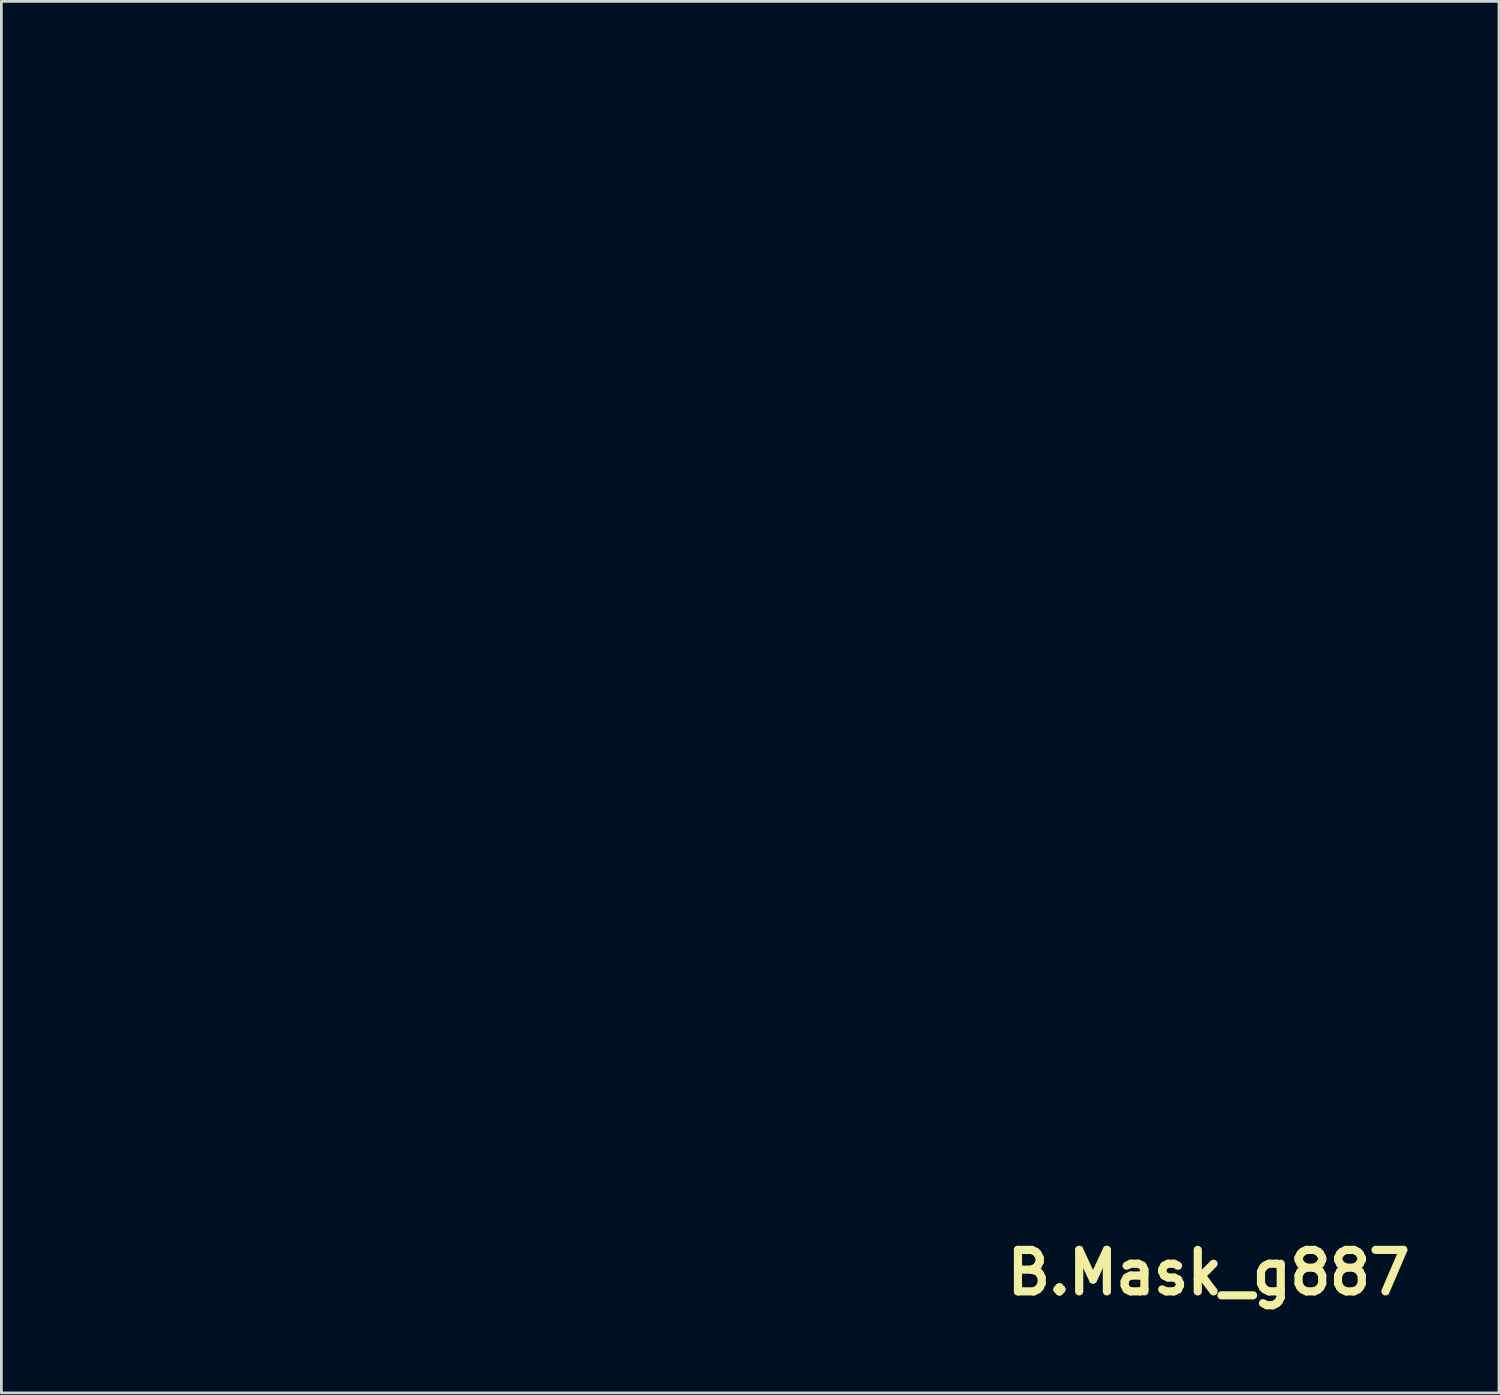
<source format=kicad_pcb>
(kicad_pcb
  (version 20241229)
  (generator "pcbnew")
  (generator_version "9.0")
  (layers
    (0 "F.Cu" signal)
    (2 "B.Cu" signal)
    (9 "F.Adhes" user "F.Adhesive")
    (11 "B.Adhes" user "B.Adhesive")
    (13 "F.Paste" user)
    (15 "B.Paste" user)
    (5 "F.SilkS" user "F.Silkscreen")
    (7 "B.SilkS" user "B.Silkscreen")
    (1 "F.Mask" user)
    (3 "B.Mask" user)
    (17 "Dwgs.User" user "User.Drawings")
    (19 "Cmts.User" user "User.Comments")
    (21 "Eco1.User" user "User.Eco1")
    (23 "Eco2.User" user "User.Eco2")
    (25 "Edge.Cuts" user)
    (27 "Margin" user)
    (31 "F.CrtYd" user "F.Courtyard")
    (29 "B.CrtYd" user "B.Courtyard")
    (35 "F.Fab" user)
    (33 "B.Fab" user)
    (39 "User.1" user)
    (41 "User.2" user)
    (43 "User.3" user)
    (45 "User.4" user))
  (footprint "B.Mask_g887"
    (layer "F.Cu")
    (at 41.341 43.691)
    (property "Reference" "B.Mask_g887" (at 0 0 0) (layer "F.SilkS") (effects (font (size 1.524 1.524) (thickness 0.3))))
    (attr through_hole)
    (fp_poly (pts (xy -35.601 -43.633) (xy -35.033 -43.513) (xy -34.481 -43.327) (xy -33.952 -43.076) (xy -33.453 -42.762) (xy -32.989 -42.385) (xy -32.567 -41.946) (xy -32.193 -41.446) (xy -31.899 -40.936) (xy -31.649 -40.35) (xy -31.479 -39.752) (xy -31.387 -39.147) (xy -31.369 -38.543) (xy -31.425 -37.946) (xy -31.551 -37.362) (xy -31.745 -36.798) (xy -32.005 -36.26) (xy -32.327 -35.755) (xy -32.711 -35.29) (xy -33.153 -34.87) (xy -33.65 -34.502) (xy -34.202 -34.193) (xy -34.459 -34.078) (xy -34.939 -33.913) (xy -35.462 -33.795) (xy -36.003 -33.725) (xy -36.537 -33.708) (xy -37.039 -33.745) (xy -37.126 -33.759) (xy -37.76 -33.904) (xy -38.359 -34.124) (xy -38.918 -34.414) (xy -39.433 -34.769) (xy -39.899 -35.183) (xy -40.31 -35.653) (xy -40.662 -36.173) (xy -40.95 -36.739) (xy -41.168 -37.344) (xy -41.279 -37.804) (xy -41.311 -38.039) (xy -41.33 -38.332) (xy -41.336 -38.657) (xy -41.329 -38.988) (xy -41.31 -39.3) (xy -41.279 -39.567) (xy -41.261 -39.666) (xy -41.09 -40.296) (xy -40.856 -40.873) (xy -40.554 -41.405) (xy -40.181 -41.9) (xy -39.985 -42.118) (xy -39.512 -42.556) (xy -39.005 -42.922) (xy -38.47 -43.216) (xy -37.914 -43.438) (xy -37.343 -43.59) (xy -36.763 -43.672) (xy -36.18 -43.686) (xy -35.601 -43.633)) (stroke (width 0.01) (type solid)) (fill yes) (layer "B.Mask")))
  (gr_rect
    (start -3 -3)
    (end 52.005 48.109)
    (stroke (width 0.1) (type default))
    (fill no)
    (layer "Edge.Cuts")))
</source>
